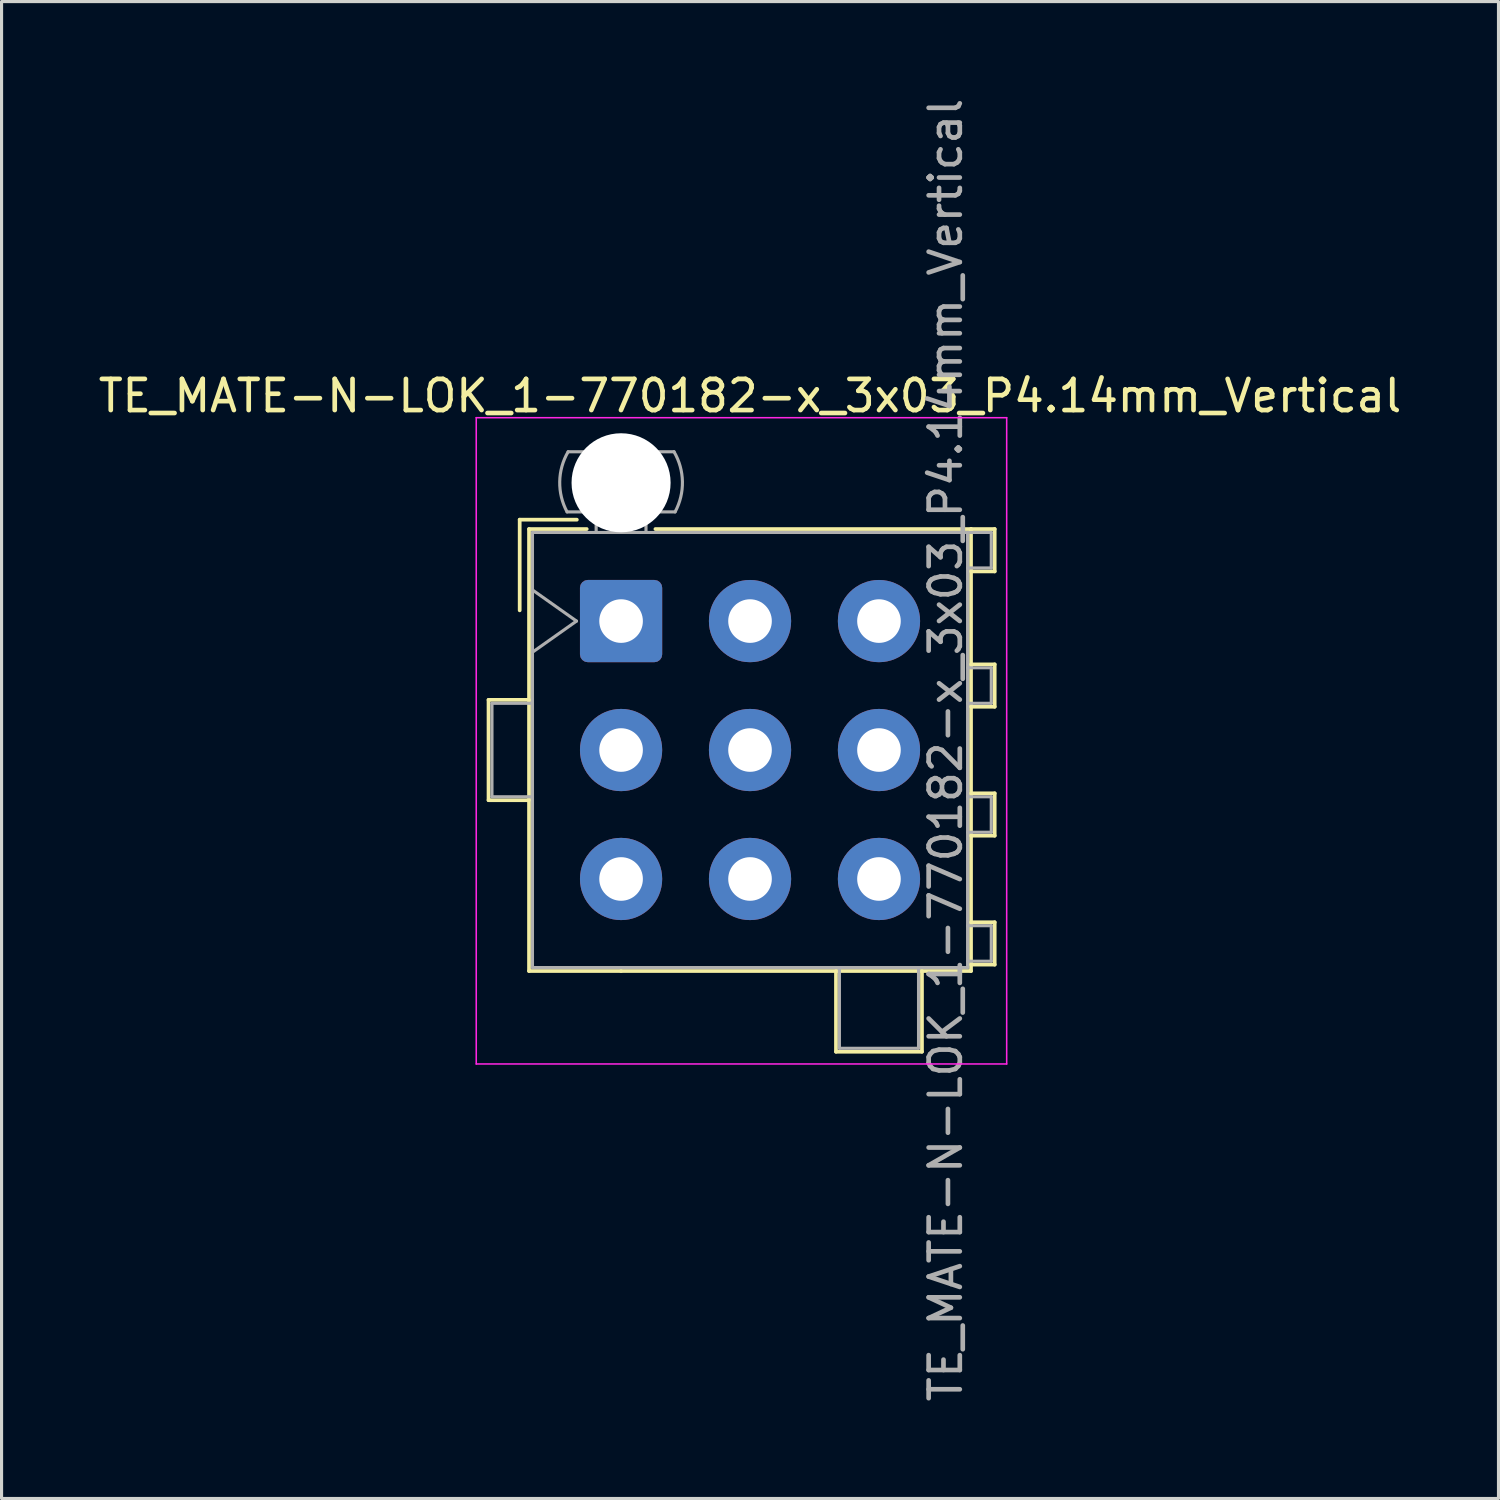
<source format=kicad_pcb>
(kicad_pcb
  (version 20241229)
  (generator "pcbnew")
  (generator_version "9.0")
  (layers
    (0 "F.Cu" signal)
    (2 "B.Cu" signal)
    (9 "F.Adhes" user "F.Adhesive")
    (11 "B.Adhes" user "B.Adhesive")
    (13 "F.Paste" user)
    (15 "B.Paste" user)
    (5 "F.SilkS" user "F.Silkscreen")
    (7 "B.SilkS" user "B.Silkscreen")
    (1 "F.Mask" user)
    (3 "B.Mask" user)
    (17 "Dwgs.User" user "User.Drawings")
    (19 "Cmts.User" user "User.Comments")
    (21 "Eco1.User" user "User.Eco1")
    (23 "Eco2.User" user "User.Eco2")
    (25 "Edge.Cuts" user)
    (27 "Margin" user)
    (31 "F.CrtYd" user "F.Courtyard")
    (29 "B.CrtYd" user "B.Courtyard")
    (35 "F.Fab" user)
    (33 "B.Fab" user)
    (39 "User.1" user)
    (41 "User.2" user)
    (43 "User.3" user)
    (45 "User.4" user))
  (footprint "TE_MATE-N-LOK_1-770182-x_3x03_P4.14mm_Vertical"
    (layer "F.Cu")
    (at 16.89 16.89)
    (property "Reference" "TE_MATE-N-LOK_1-770182-x_3x03_P4.14mm_Vertical" (at 4.14 -7.23 0) (layer "F.SilkS") (effects (font (size 1 1) (thickness 0.15))))
    (attr through_hole)
    (fp_line (start -4.255 2.53) (end -4.255 5.75) (stroke (width 0.12) (type solid)) (layer "F.SilkS"))
    (fp_line (start -4.255 5.75) (end -2.955 5.75) (stroke (width 0.12) (type solid)) (layer "F.SilkS"))
    (fp_line (start -3.255 -3.255) (end -3.255 -0.345) (stroke (width 0.12) (type solid)) (layer "F.SilkS"))
    (fp_line (start -2.955 -2.955) (end -2.955 11.235) (stroke (width 0.12) (type solid)) (layer "F.SilkS"))
    (fp_line (start -2.955 2.53) (end -4.255 2.53) (stroke (width 0.12) (type solid)) (layer "F.SilkS"))
    (fp_line (start -2.955 11.235) (end 0 11.235) (stroke (width 0.12) (type solid)) (layer "F.SilkS"))
    (fp_line (start -1.421 -3.255) (end -3.255 -3.255) (stroke (width 0.12) (type solid)) (layer "F.SilkS"))
    (fp_line (start -1.103 -2.955) (end -2.955 -2.955) (stroke (width 0.12) (type solid)) (layer "F.SilkS"))
    (fp_line (start 1.103 -2.955) (end 11.235 -2.955) (stroke (width 0.12) (type solid)) (layer "F.SilkS"))
    (fp_line (start 6.9 11.235) (end 6.9 13.826) (stroke (width 0.12) (type solid)) (layer "F.SilkS"))
    (fp_line (start 6.9 13.826) (end 9.66 13.826) (stroke (width 0.12) (type solid)) (layer "F.SilkS"))
    (fp_line (start 9.66 13.826) (end 9.66 11.235) (stroke (width 0.12) (type solid)) (layer "F.SilkS"))
    (fp_line (start 11.235 -2.955) (end 11.235 11.235) (stroke (width 0.12) (type solid)) (layer "F.SilkS"))
    (fp_line (start 11.235 -2.955) (end 11.995 -2.955) (stroke (width 0.12) (type solid)) (layer "F.SilkS"))
    (fp_line (start 11.235 1.39) (end 11.995 1.39) (stroke (width 0.12) (type solid)) (layer "F.SilkS"))
    (fp_line (start 11.235 5.53) (end 11.995 5.53) (stroke (width 0.12) (type solid)) (layer "F.SilkS"))
    (fp_line (start 11.235 9.67) (end 11.995 9.67) (stroke (width 0.12) (type solid)) (layer "F.SilkS"))
    (fp_line (start 11.235 11.235) (end 0 11.235) (stroke (width 0.12) (type solid)) (layer "F.SilkS"))
    (fp_line (start 11.995 -2.955) (end 11.995 -1.595) (stroke (width 0.12) (type solid)) (layer "F.SilkS"))
    (fp_line (start 11.995 -1.595) (end 11.235 -1.595) (stroke (width 0.12) (type solid)) (layer "F.SilkS"))
    (fp_line (start 11.995 1.39) (end 11.995 2.75) (stroke (width 0.12) (type solid)) (layer "F.SilkS"))
    (fp_line (start 11.995 2.75) (end 11.235 2.75) (stroke (width 0.12) (type solid)) (layer "F.SilkS"))
    (fp_line (start 11.995 5.53) (end 11.995 6.89) (stroke (width 0.12) (type solid)) (layer "F.SilkS"))
    (fp_line (start 11.995 6.89) (end 11.235 6.89) (stroke (width 0.12) (type solid)) (layer "F.SilkS"))
    (fp_line (start 11.995 9.67) (end 11.995 11.03) (stroke (width 0.12) (type solid)) (layer "F.SilkS"))
    (fp_line (start 11.995 11.03) (end 11.235 11.03) (stroke (width 0.12) (type solid)) (layer "F.SilkS"))
    (fp_line (start -4.65 -6.53) (end -4.65 14.22) (stroke (width 0.05) (type solid)) (layer "F.CrtYd"))
    (fp_line (start -4.65 14.22) (end 12.38 14.22) (stroke (width 0.05) (type solid)) (layer "F.CrtYd"))
    (fp_line (start 12.38 -6.53) (end -4.65 -6.53) (stroke (width 0.05) (type solid)) (layer "F.CrtYd"))
    (fp_line (start 12.38 14.22) (end 12.38 -6.53) (stroke (width 0.05) (type solid)) (layer "F.CrtYd"))
    (fp_line (start -4.145 2.64) (end -4.145 5.64) (stroke (width 0.1) (type solid)) (layer "F.Fab"))
    (fp_line (start -4.145 5.64) (end -2.845 5.64) (stroke (width 0.1) (type solid)) (layer "F.Fab"))
    (fp_line (start -2.845 -2.845) (end -2.845 11.125) (stroke (width 0.1) (type solid)) (layer "F.Fab"))
    (fp_line (start -2.845 -1) (end -1.431 0) (stroke (width 0.1) (type solid)) (layer "F.Fab"))
    (fp_line (start -2.845 2.64) (end -4.145 2.64) (stroke (width 0.1) (type solid)) (layer "F.Fab"))
    (fp_line (start -2.845 11.125) (end 11.125 11.125) (stroke (width 0.1) (type solid)) (layer "F.Fab"))
    (fp_line (start -1.431 0) (end -2.845 1) (stroke (width 0.1) (type solid)) (layer "F.Fab"))
    (fp_line (start -0.8 -2.845) (end -0.8 -3.505) (stroke (width 0.1) (type solid)) (layer "F.Fab"))
    (fp_line (start 0.8 -2.845) (end 0.8 -3.505) (stroke (width 0.1) (type solid)) (layer "F.Fab"))
    (fp_line (start 1.7 -5.436) (end -1.7 -5.436) (stroke (width 0.1) (type solid)) (layer "F.Fab"))
    (fp_line (start 1.734 -3.505) (end -1.734 -3.505) (stroke (width 0.1) (type solid)) (layer "F.Fab"))
    (fp_line (start 7.01 11.125) (end 7.01 13.716) (stroke (width 0.1) (type solid)) (layer "F.Fab"))
    (fp_line (start 7.01 13.716) (end 9.55 13.716) (stroke (width 0.1) (type solid)) (layer "F.Fab"))
    (fp_line (start 9.55 13.716) (end 9.55 11.125) (stroke (width 0.1) (type solid)) (layer "F.Fab"))
    (fp_line (start 11.125 -2.845) (end -2.845 -2.845) (stroke (width 0.1) (type solid)) (layer "F.Fab"))
    (fp_line (start 11.125 -2.845) (end 11.885 -2.845) (stroke (width 0.1) (type solid)) (layer "F.Fab"))
    (fp_line (start 11.125 1.5) (end 11.885 1.5) (stroke (width 0.1) (type solid)) (layer "F.Fab"))
    (fp_line (start 11.125 5.64) (end 11.885 5.64) (stroke (width 0.1) (type solid)) (layer "F.Fab"))
    (fp_line (start 11.125 9.78) (end 11.885 9.78) (stroke (width 0.1) (type solid)) (layer "F.Fab"))
    (fp_line (start 11.125 11.125) (end 11.125 -2.845) (stroke (width 0.1) (type solid)) (layer "F.Fab"))
    (fp_line (start 11.885 -2.845) (end 11.885 -1.705) (stroke (width 0.1) (type solid)) (layer "F.Fab"))
    (fp_line (start 11.885 -1.705) (end 11.125 -1.705) (stroke (width 0.1) (type solid)) (layer "F.Fab"))
    (fp_line (start 11.885 1.5) (end 11.885 2.64) (stroke (width 0.1) (type solid)) (layer "F.Fab"))
    (fp_line (start 11.885 2.64) (end 11.125 2.64) (stroke (width 0.1) (type solid)) (layer "F.Fab"))
    (fp_line (start 11.885 5.64) (end 11.885 6.78) (stroke (width 0.1) (type solid)) (layer "F.Fab"))
    (fp_line (start 11.885 6.78) (end 11.125 6.78) (stroke (width 0.1) (type solid)) (layer "F.Fab"))
    (fp_line (start 11.885 9.78) (end 11.885 10.92) (stroke (width 0.1) (type solid)) (layer "F.Fab"))
    (fp_line (start 11.885 10.92) (end 11.125 10.92) (stroke (width 0.1) (type solid)) (layer "F.Fab"))
    (fp_arc (start -1.733977 -3.505) (mid -1.96969 -4.474992) (end -1.699672 -5.436) (stroke (width 0.1) (type solid)) (layer "F.Fab"))
    (fp_arc (start 1.699672 -5.436) (mid 1.969689 -4.474992) (end 1.733977 -3.505) (stroke (width 0.1) (type solid)) (layer "F.Fab"))
    (fp_text user "${REFERENCE}" (at 10.42 4.14 90) (layer "F.Fab") (effects (font (size 1 1) (thickness 0.15))))
    (pad "" np_thru_hole circle (at 0 -4.44) (size 3.18 3.18) (drill 3.18) (layers "*.Cu" "*.Mask"))
    (pad "1" thru_hole roundrect (at 0 0) (size 2.64 2.64) (drill 1.4) (layers "*.Cu" "*.Mask") (roundrect_rratio 0.095))
    (pad "2" thru_hole circle (at 0 4.14) (size 2.64 2.64) (drill 1.4) (layers "*.Cu" "*.Mask"))
    (pad "3" thru_hole circle (at 0 8.28) (size 2.64 2.64) (drill 1.4) (layers "*.Cu" "*.Mask"))
    (pad "4" thru_hole circle (at 4.14 0) (size 2.64 2.64) (drill 1.4) (layers "*.Cu" "*.Mask"))
    (pad "5" thru_hole circle (at 4.14 4.14) (size 2.64 2.64) (drill 1.4) (layers "*.Cu" "*.Mask"))
    (pad "6" thru_hole circle (at 4.14 8.28) (size 2.64 2.64) (drill 1.4) (layers "*.Cu" "*.Mask"))
    (pad "7" thru_hole circle (at 8.28 0) (size 2.64 2.64) (drill 1.4) (layers "*.Cu" "*.Mask"))
    (pad "8" thru_hole circle (at 8.28 4.14) (size 2.64 2.64) (drill 1.4) (layers "*.Cu" "*.Mask"))
    (pad "9" thru_hole circle (at 8.28 8.28) (size 2.64 2.64) (drill 1.4) (layers "*.Cu" "*.Mask")))
  (gr_rect
    (start -3 -3)
    (end 45.06 45.06)
    (stroke (width 0.1) (type default))
    (fill no)
    (layer "Edge.Cuts")))
</source>
